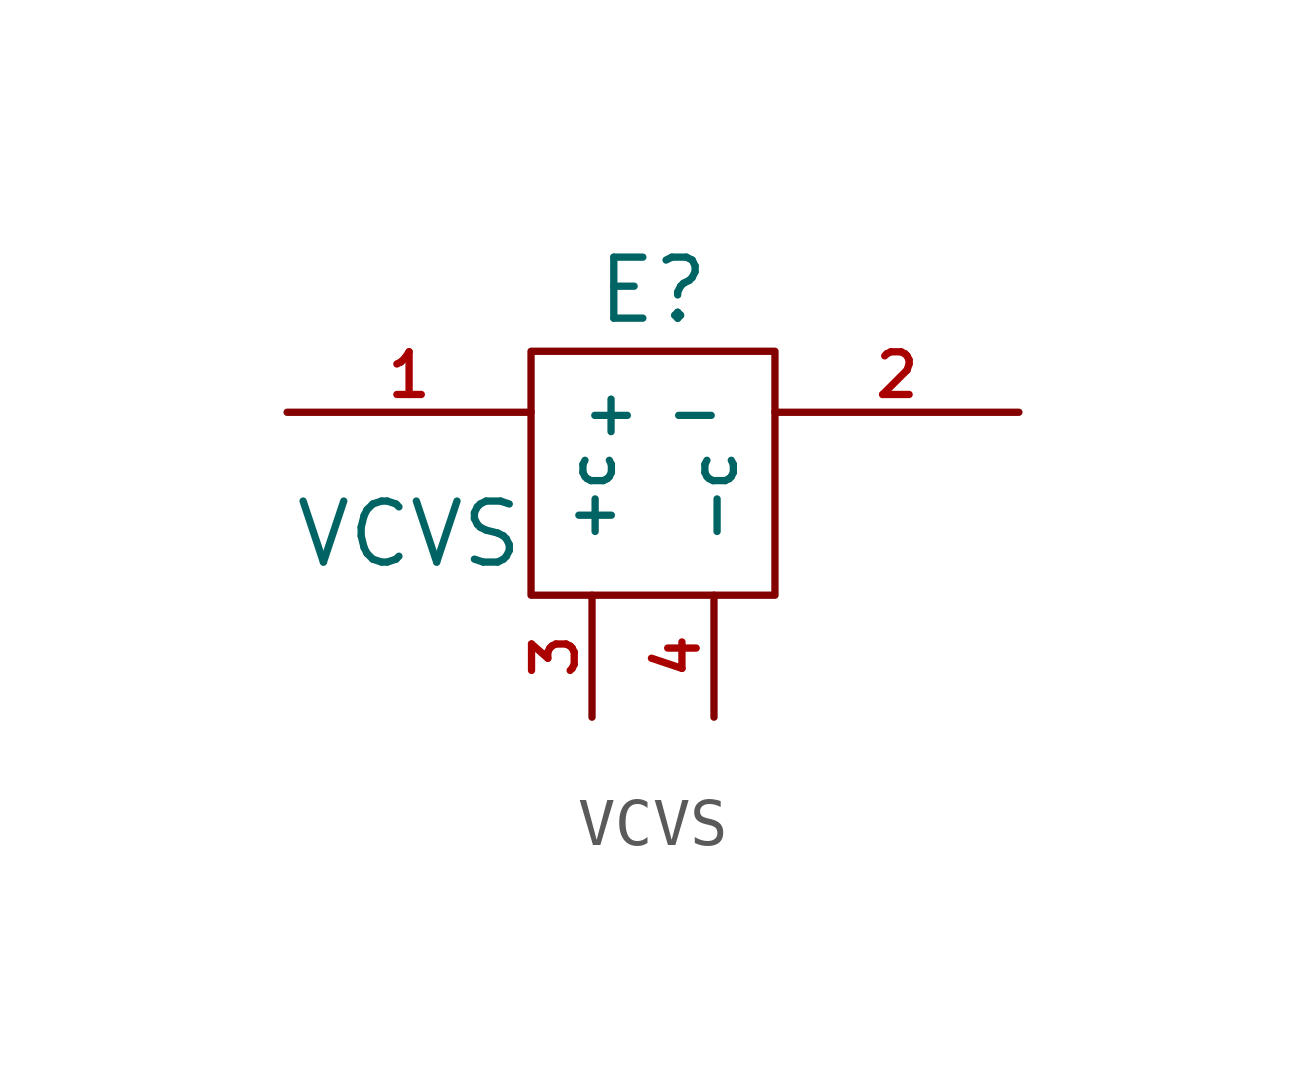
<source format=kicad_sym>
(kicad_symbol_lib
  (version 20211014)
  (generator kicad_symbol_editor)
  (symbol "VCVS"
    (pin_names
      (offset 1.016))
    (property "Reference" "E"
      (at 0 3.81 0)
      (effects (font (size 1.27 1.27))))
    (property "Value" "VCVS"
      (at -5.08 -1.27 0)
      (effects (font (size 1.27 1.27))))
    (property "Footprint" ""
      (at 0 0 0)
      (effects (font (size 1.524 1.524))))
    (property "Datasheet" ""
      (at 0 0 0)
      (effects (font (size 1.524 1.524))))
    (symbol "VCVS_0_1"
      (rectangle (start -2.54 2.54) (end 2.54 -2.54) (stroke (width 0) (type default) (color 0 0 0 0)) (fill (type none))))
    (symbol "VCVS_1_1"
      (pin passive line (at -7.62 1.27 0) (length 5.08) (name "+" (effects (font (size 0.889 0.889)))) (number "1" (effects (font (size 0.889 0.889)))))
      (pin passive line (at 7.62 1.27 180) (length 5.08) (name "-" (effects (font (size 0.889 0.889)))) (number "2" (effects (font (size 0.889 0.889)))))
      (pin passive line (at -1.27 -5.08 90) (length 2.54) (name "+c" (effects (font (size 0.889 0.889)))) (number "3" (effects (font (size 0.889 0.889)))))
      (pin passive line (at 1.27 -5.08 90) (length 2.54) (name "-c" (effects (font (size 0.889 0.889)))) (number "4" (effects (font (size 0.889 0.889))))))))
</source>
